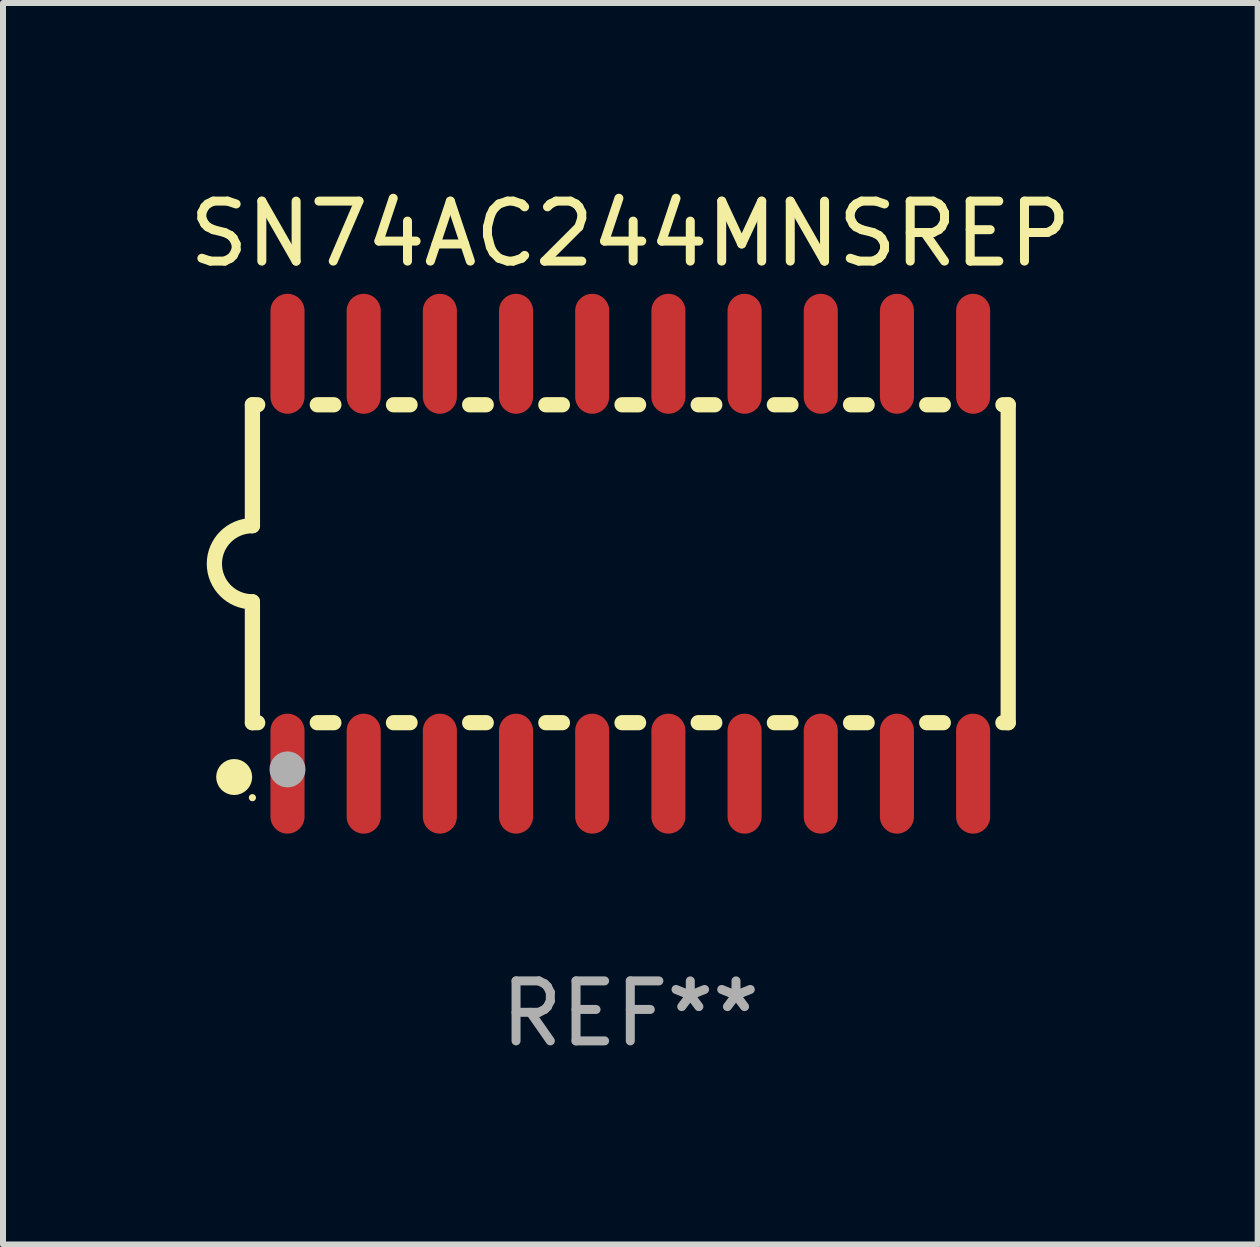
<source format=kicad_pcb>
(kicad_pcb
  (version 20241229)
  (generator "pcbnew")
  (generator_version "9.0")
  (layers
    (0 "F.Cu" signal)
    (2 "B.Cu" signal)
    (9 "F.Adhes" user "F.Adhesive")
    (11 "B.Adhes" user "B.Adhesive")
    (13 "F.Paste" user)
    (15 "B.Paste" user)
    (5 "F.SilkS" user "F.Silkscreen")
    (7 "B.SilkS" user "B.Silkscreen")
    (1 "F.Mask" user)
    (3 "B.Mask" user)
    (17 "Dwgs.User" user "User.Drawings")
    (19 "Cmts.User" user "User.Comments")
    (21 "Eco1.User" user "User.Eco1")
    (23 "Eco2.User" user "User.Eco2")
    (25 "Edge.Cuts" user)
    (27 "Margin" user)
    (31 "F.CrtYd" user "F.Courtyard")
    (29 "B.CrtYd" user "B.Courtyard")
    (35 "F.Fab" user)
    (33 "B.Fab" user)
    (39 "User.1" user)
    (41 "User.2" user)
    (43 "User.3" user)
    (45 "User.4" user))
  (footprint "SN74AC244MNSREP"
    (layer "F.Cu")
    (at 7.458 6.348)
    (property "Reference" "SN74AC244MNSREP" (at 0 -5.5 0) (layer "F.SilkS") (effects (font (size 1 1) (thickness 0.15))))
    (attr through_hole)
    (fp_line (start -6.3 -2.65) (end -6.3 -0.635) (stroke (width 0.254) (type solid)) (layer "F.SilkS"))
    (fp_line (start -6.3 -2.65) (end -6.212 -2.65) (stroke (width 0.254) (type solid)) (layer "F.SilkS"))
    (fp_line (start -6.3 2.65) (end -6.3 0.635) (stroke (width 0.254) (type solid)) (layer "F.SilkS"))
    (fp_line (start -6.3 2.65) (end -6.212 2.65) (stroke (width 0.254) (type solid)) (layer "F.SilkS"))
    (fp_line (start -5.218 -2.65) (end -4.942 -2.65) (stroke (width 0.254) (type solid)) (layer "F.SilkS"))
    (fp_line (start -5.218 2.65) (end -4.942 2.65) (stroke (width 0.254) (type solid)) (layer "F.SilkS"))
    (fp_line (start -3.948 -2.65) (end -3.672 -2.65) (stroke (width 0.254) (type solid)) (layer "F.SilkS"))
    (fp_line (start -3.948 2.65) (end -3.672 2.65) (stroke (width 0.254) (type solid)) (layer "F.SilkS"))
    (fp_line (start -2.678 -2.65) (end -2.402 -2.65) (stroke (width 0.254) (type solid)) (layer "F.SilkS"))
    (fp_line (start -2.678 2.65) (end -2.402 2.65) (stroke (width 0.254) (type solid)) (layer "F.SilkS"))
    (fp_line (start -1.408 -2.65) (end -1.132 -2.65) (stroke (width 0.254) (type solid)) (layer "F.SilkS"))
    (fp_line (start -1.408 2.65) (end -1.132 2.65) (stroke (width 0.254) (type solid)) (layer "F.SilkS"))
    (fp_line (start -0.138 -2.65) (end 0.138 -2.65) (stroke (width 0.254) (type solid)) (layer "F.SilkS"))
    (fp_line (start -0.138 2.65) (end 0.138 2.65) (stroke (width 0.254) (type solid)) (layer "F.SilkS"))
    (fp_line (start 1.132 -2.65) (end 1.408 -2.65) (stroke (width 0.254) (type solid)) (layer "F.SilkS"))
    (fp_line (start 1.132 2.65) (end 1.408 2.65) (stroke (width 0.254) (type solid)) (layer "F.SilkS"))
    (fp_line (start 2.402 -2.65) (end 2.678 -2.65) (stroke (width 0.254) (type solid)) (layer "F.SilkS"))
    (fp_line (start 2.402 2.65) (end 2.678 2.65) (stroke (width 0.254) (type solid)) (layer "F.SilkS"))
    (fp_line (start 3.672 -2.65) (end 3.948 -2.65) (stroke (width 0.254) (type solid)) (layer "F.SilkS"))
    (fp_line (start 3.672 2.65) (end 3.948 2.65) (stroke (width 0.254) (type solid)) (layer "F.SilkS"))
    (fp_line (start 4.942 -2.65) (end 5.218 -2.65) (stroke (width 0.254) (type solid)) (layer "F.SilkS"))
    (fp_line (start 4.942 2.65) (end 5.218 2.65) (stroke (width 0.254) (type solid)) (layer "F.SilkS"))
    (fp_line (start 6.212 -2.65) (end 6.3 -2.65) (stroke (width 0.254) (type solid)) (layer "F.SilkS"))
    (fp_line (start 6.212 2.65) (end 6.3 2.65) (stroke (width 0.254) (type solid)) (layer "F.SilkS"))
    (fp_line (start 6.3 -2.65) (end 6.3 2.65) (stroke (width 0.254) (type solid)) (layer "F.SilkS"))
    (fp_arc (start -6.299975 0.634874) (mid -6.933579 0.000127) (end -6.299213 -0.633858) (stroke (width 0.254001) (type solid)) (layer "F.SilkS"))
    (fp_circle (center -6.604 3.556) (end -6.454 3.556) (stroke (width 0.3) (type solid)) (fill no) (layer "F.SilkS"))
    (fp_circle (center -6.3 3.9) (end -6.27 3.9) (stroke (width 0.06) (type solid)) (fill no) (layer "F.SilkS"))
    (fp_circle (center -5.715 3.429) (end -5.565 3.429) (stroke (width 0.3) (type solid)) (fill no) (layer "F.Fab"))
    (fp_text user "REF**" (at 0 7.5 0) (layer "F.Fab") (effects (font (size 1 1) (thickness 0.15))))
    (pad "1" smd oval (at -5.715 3.5) (size 0.568 2) (layers "F.Cu" "F.Mask" "F.Paste"))
    (pad "2" smd oval (at -4.445 3.5) (size 0.568 2) (layers "F.Cu" "F.Mask" "F.Paste"))
    (pad "3" smd oval (at -3.175 3.5) (size 0.568 2) (layers "F.Cu" "F.Mask" "F.Paste"))
    (pad "4" smd oval (at -1.905 3.5) (size 0.568 2) (layers "F.Cu" "F.Mask" "F.Paste"))
    (pad "5" smd oval (at -0.635 3.5) (size 0.568 2) (layers "F.Cu" "F.Mask" "F.Paste"))
    (pad "6" smd oval (at 0.635 3.5) (size 0.568 2) (layers "F.Cu" "F.Mask" "F.Paste"))
    (pad "7" smd oval (at 1.905 3.5) (size 0.568 2) (layers "F.Cu" "F.Mask" "F.Paste"))
    (pad "8" smd oval (at 3.175 3.5) (size 0.568 2) (layers "F.Cu" "F.Mask" "F.Paste"))
    (pad "9" smd oval (at 4.445 3.5) (size 0.568 2) (layers "F.Cu" "F.Mask" "F.Paste"))
    (pad "10" smd oval (at 5.715 3.5) (size 0.568 2) (layers "F.Cu" "F.Mask" "F.Paste"))
    (pad "11" smd oval (at 5.715 -3.5) (size 0.568 2) (layers "F.Cu" "F.Mask" "F.Paste"))
    (pad "12" smd oval (at 4.445 -3.5) (size 0.568 2) (layers "F.Cu" "F.Mask" "F.Paste"))
    (pad "13" smd oval (at 3.175 -3.5) (size 0.568 2) (layers "F.Cu" "F.Mask" "F.Paste"))
    (pad "14" smd oval (at 1.905 -3.5) (size 0.568 2) (layers "F.Cu" "F.Mask" "F.Paste"))
    (pad "15" smd oval (at 0.635 -3.5) (size 0.568 2) (layers "F.Cu" "F.Mask" "F.Paste"))
    (pad "16" smd oval (at -0.635 -3.5) (size 0.568 2) (layers "F.Cu" "F.Mask" "F.Paste"))
    (pad "17" smd oval (at -1.905 -3.5) (size 0.568 2) (layers "F.Cu" "F.Mask" "F.Paste"))
    (pad "18" smd oval (at -3.175 -3.5) (size 0.568 2) (layers "F.Cu" "F.Mask" "F.Paste"))
    (pad "19" smd oval (at -4.445 -3.5) (size 0.568 2) (layers "F.Cu" "F.Mask" "F.Paste"))
    (pad "20" smd oval (at -5.715 -3.5) (size 0.568 2) (layers "F.Cu" "F.Mask" "F.Paste")))
  (gr_rect
    (start -3 -3)
    (end 17.917 17.697)
    (stroke (width 0.1) (type default))
    (fill no)
    (layer "Edge.Cuts")))
</source>
